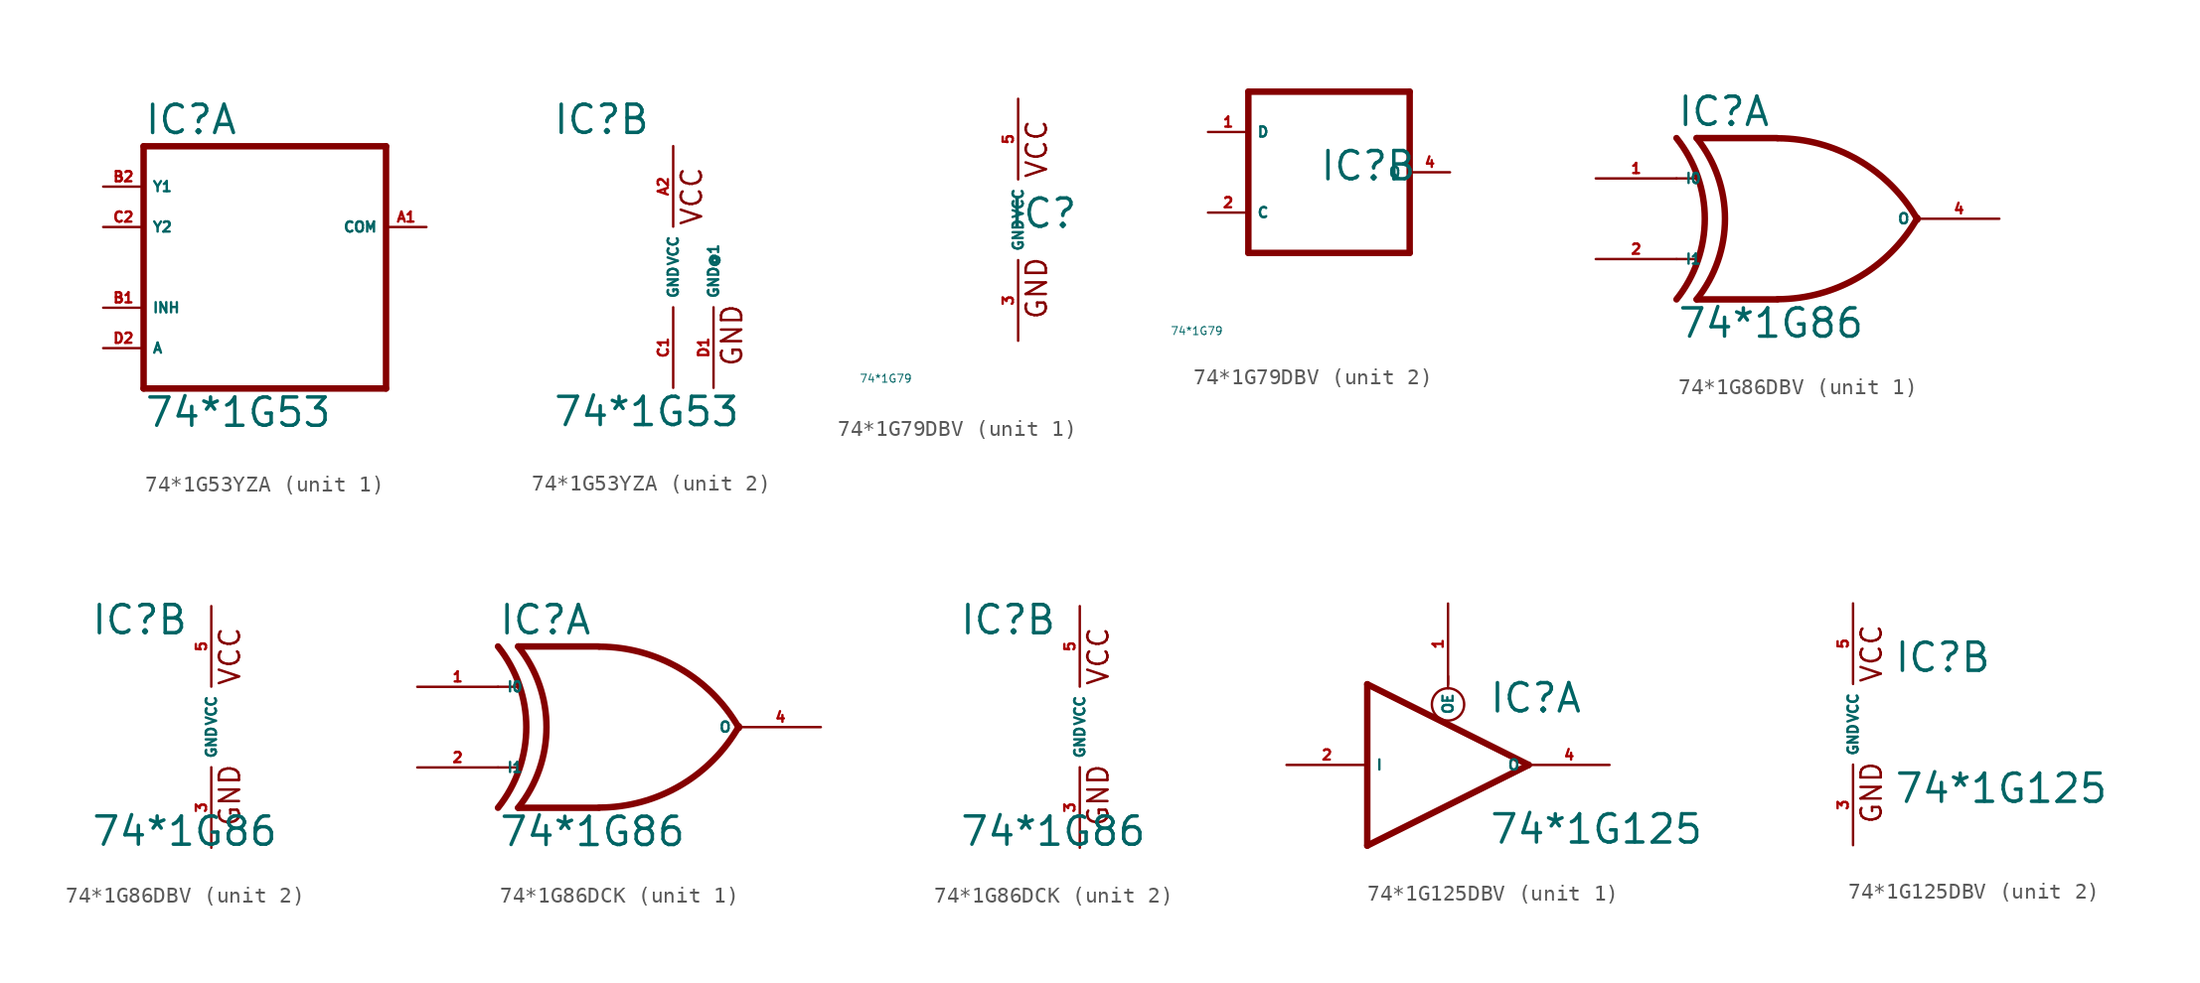
<source format=kicad_sym>
(kicad_symbol_lib
  (version 20220914)
  (generator Eagle2Kicad)
  (symbol "74*1G53YZA"
    (property "Reference" "IC"
      (at -7.62 8.255 0)
      (effects (font (size 1.778 1.778) (thickness 0.22)) (justify left bottom)))
    (property "Value" "74*1G53"
      (at -7.62 -10.16 0)
      (effects (font (size 1.778 1.778) (thickness 0.22)) (justify left bottom)))
    (symbol "74*1G53YZA_1_0"
      (polyline (pts (xy -7.62 -7.62) (xy 7.62 -7.62)) (stroke (width 0.406) (type default)) (fill (type none)))
      (polyline (pts (xy 7.62 -7.62) (xy 7.62 7.62)) (stroke (width 0.406) (type default)) (fill (type none)))
      (polyline (pts (xy 7.62 7.62) (xy -7.62 7.62)) (stroke (width 0.406) (type default)) (fill (type none)))
      (polyline (pts (xy -7.62 7.62) (xy -7.62 -7.62)) (stroke (width 0.406) (type default)) (fill (type none)))
      (pin input line (at -10.16 -5.08 0) (length 2.54) (name "A" (effects (font (size 0.635 0.635) (thickness 0.08)) (justify left bottom))) (number "D2" (effects (font (size 0.635 0.635) (thickness 0.08)) (justify left bottom))))
      (pin bidirectional line (at -10.16 5.08 0) (length 2.54) (name "Y1" (effects (font (size 0.635 0.635) (thickness 0.08)) (justify left bottom))) (number "B2" (effects (font (size 0.635 0.635) (thickness 0.08)) (justify left bottom))))
      (pin bidirectional line (at -10.16 2.54 0) (length 2.54) (name "Y2" (effects (font (size 0.635 0.635) (thickness 0.08)) (justify left bottom))) (number "C2" (effects (font (size 0.635 0.635) (thickness 0.08)) (justify left bottom))))
      (pin bidirectional line (at 10.16 2.54 180) (length 2.54) (name "COM" (effects (font (size 0.635 0.635) (thickness 0.08)) (justify left bottom))) (number "A1" (effects (font (size 0.635 0.635) (thickness 0.08)) (justify left bottom))))
      (pin input line (at -10.16 -2.54 0) (length 2.54) (name "INH" (effects (font (size 0.635 0.635) (thickness 0.08)) (justify left bottom))) (number "B1" (effects (font (size 0.635 0.635) (thickness 0.08)) (justify left bottom)))))
    (symbol "74*1G53YZA_2_0"
      (text "GND" (at 4.445 -6.35 900) (effects (font (size 1.27 1.27) (thickness 0.16)) (justify left bottom)))
      (text "VCC" (at 1.905 2.54 900) (effects (font (size 1.27 1.27) (thickness 0.16)) (justify left bottom)))
      (pin unspecified line (at 0 -7.62 90) (length 5.08) (name "GND" (effects (font (size 0.635 0.635) (thickness 0.08)) (justify left bottom))) (number "C1" (effects (font (size 0.635 0.635) (thickness 0.08)) (justify left bottom))))
      (pin unspecified line (at 0 7.62 270) (length 5.08) (name "VCC" (effects (font (size 0.635 0.635) (thickness 0.08)) (justify left bottom))) (number "A2" (effects (font (size 0.635 0.635) (thickness 0.08)) (justify left bottom))))
      (pin unspecified line (at 2.54 -7.62 90) (length 5.08) (name "GND@1" (effects (font (size 0.635 0.635) (thickness 0.08)) (justify left bottom))) (number "D1" (effects (font (size 0.635 0.635) (thickness 0.08)) (justify left bottom))))))
  (symbol "74*1G79DBV"
    (property "Reference" "IC"
      (at -0.635 -0.635 0)
      (effects (font (size 1.778 1.778) (thickness 0.22)) (justify left bottom)))
    (property "Value" "74*1G79"
      (at -10 -10 0)
      (effects (font (size 0.5 0.5) (thickness 0.06)) (justify left)))
    (symbol "74*1G79DBV_1_0"
      (text "GND" (at 1.905 -6.35 900) (effects (font (size 1.27 1.27) (thickness 0.16)) (justify left bottom)))
      (text "VCC" (at 1.905 2.54 900) (effects (font (size 1.27 1.27) (thickness 0.16)) (justify left bottom)))
      (pin unspecified line (at 0 -7.62 90) (length 5.08) (name "GND" (effects (font (size 0.635 0.635) (thickness 0.08)) (justify left bottom))) (number "3" (effects (font (size 0.635 0.635) (thickness 0.08)) (justify left bottom))))
      (pin unspecified line (at 0 7.62 270) (length 5.08) (name "VCC" (effects (font (size 0.635 0.635) (thickness 0.08)) (justify left bottom))) (number "5" (effects (font (size 0.635 0.635) (thickness 0.08)) (justify left bottom)))))
    (symbol "74*1G79DBV_2_0"
      (polyline (pts (xy -5.08 -5.08) (xy 5.08 -5.08)) (stroke (width 0.406) (type default)) (fill (type none)))
      (polyline (pts (xy 5.08 -5.08) (xy 5.08 5.08)) (stroke (width 0.406) (type default)) (fill (type none)))
      (polyline (pts (xy 5.08 5.08) (xy -5.08 5.08)) (stroke (width 0.406) (type default)) (fill (type none)))
      (polyline (pts (xy -5.08 5.08) (xy -5.08 -5.08)) (stroke (width 0.406) (type default)) (fill (type none)))
      (pin input line (at -7.62 2.54 0) (length 2.54) (name "D" (effects (font (size 0.635 0.635) (thickness 0.08)) (justify left bottom))) (number "1" (effects (font (size 0.635 0.635) (thickness 0.08)) (justify left bottom))))
      (pin input line (at -7.62 -2.54 0) (length 2.54) (name "C" (effects (font (size 0.635 0.635) (thickness 0.08)) (justify left bottom))) (number "2" (effects (font (size 0.635 0.635) (thickness 0.08)) (justify left bottom))))
      (pin output line (at 7.62 0 180) (length 2.54) (name "Q" (effects (font (size 0.635 0.635) (thickness 0.08)) (justify left bottom))) (number "4" (effects (font (size 0.635 0.635) (thickness 0.08)) (justify left bottom))))))
  (symbol "74*1G86DBV"
    (property "Reference" "IC"
      (at -7.62 5.715 0)
      (effects (font (size 1.778 1.778) (thickness 0.22)) (justify left bottom)))
    (property "Value" "74*1G86"
      (at -7.62 -7.62 0)
      (effects (font (size 1.778 1.778) (thickness 0.22)) (justify left bottom)))
    (symbol "74*1G86DBV_1_0"
      (polyline (pts (xy -1.27 5.08) (xy -6.35 5.08)) (stroke (width 0.406) (type default)) (fill (type none)))
      (polyline (pts (xy -1.27 -5.08) (xy -6.35 -5.08)) (stroke (width 0.406) (type default)) (fill (type none)))
      (polyline (pts (xy -7.62 2.54) (xy -6.35 2.54)) (stroke (width 0.152) (type default)) (fill (type none)))
      (polyline (pts (xy -7.62 -2.54) (xy -6.35 -2.54)) (stroke (width 0.152) (type default)) (fill (type none)))
      (arc (start -1.2446 -5.0678) (mid 3.837 -3.689) (end 7.5439 0.0507) (stroke (width 0.4064) (type default)) (fill (type none)))
      (arc (start 7.5442 -0.0505) (mid 3.837 3.689) (end -1.2446 5.0678) (stroke (width 0.4064) (type default)) (fill (type none)))
      (arc (start -6.35 -5.08) (mid -4.568 0.000) (end -6.35 5.08) (stroke (width 0.4064) (type default)) (fill (type none)))
      (arc (start -7.62 -5.08) (mid -5.838 0.000) (end -7.62 5.08) (stroke (width 0.4064) (type default)) (fill (type none)))
      (pin input line (at -12.7 2.54 0) (length 5.08) (name "I0" (effects (font (size 0.635 0.635) (thickness 0.08)) (justify left bottom))) (number "1" (effects (font (size 0.635 0.635) (thickness 0.08)) (justify left bottom))))
      (pin input line (at -12.7 -2.54 0) (length 5.08) (name "I1" (effects (font (size 0.635 0.635) (thickness 0.08)) (justify left bottom))) (number "2" (effects (font (size 0.635 0.635) (thickness 0.08)) (justify left bottom))))
      (pin output line (at 12.7 0 180) (length 5.08) (name "O" (effects (font (size 0.635 0.635) (thickness 0.08)) (justify left bottom))) (number "4" (effects (font (size 0.635 0.635) (thickness 0.08)) (justify left bottom)))))
    (symbol "74*1G86DBV_2_0"
      (text "GND" (at 1.905 -6.35 900) (effects (font (size 1.27 1.27) (thickness 0.16)) (justify left bottom)))
      (text "VCC" (at 1.905 2.54 900) (effects (font (size 1.27 1.27) (thickness 0.16)) (justify left bottom)))
      (pin unspecified line (at 0 -7.62 90) (length 5.08) (name "GND" (effects (font (size 0.635 0.635) (thickness 0.08)) (justify left bottom))) (number "3" (effects (font (size 0.635 0.635) (thickness 0.08)) (justify left bottom))))
      (pin unspecified line (at 0 7.62 270) (length 5.08) (name "VCC" (effects (font (size 0.635 0.635) (thickness 0.08)) (justify left bottom))) (number "5" (effects (font (size 0.635 0.635) (thickness 0.08)) (justify left bottom))))))
  (symbol "74*1G86DCK"
    (property "Reference" "IC"
      (at -7.62 5.715 0)
      (effects (font (size 1.778 1.778) (thickness 0.22)) (justify left bottom)))
    (property "Value" "74*1G86"
      (at -7.62 -7.62 0)
      (effects (font (size 1.778 1.778) (thickness 0.22)) (justify left bottom)))
    (symbol "74*1G86DCK_1_0"
      (polyline (pts (xy -1.27 5.08) (xy -6.35 5.08)) (stroke (width 0.406) (type default)) (fill (type none)))
      (polyline (pts (xy -1.27 -5.08) (xy -6.35 -5.08)) (stroke (width 0.406) (type default)) (fill (type none)))
      (polyline (pts (xy -7.62 2.54) (xy -6.35 2.54)) (stroke (width 0.152) (type default)) (fill (type none)))
      (polyline (pts (xy -7.62 -2.54) (xy -6.35 -2.54)) (stroke (width 0.152) (type default)) (fill (type none)))
      (arc (start -1.2446 -5.0678) (mid 3.837 -3.689) (end 7.5439 0.0507) (stroke (width 0.4064) (type default)) (fill (type none)))
      (arc (start 7.5442 -0.0505) (mid 3.837 3.689) (end -1.2446 5.0678) (stroke (width 0.4064) (type default)) (fill (type none)))
      (arc (start -6.35 -5.08) (mid -4.568 0.000) (end -6.35 5.08) (stroke (width 0.4064) (type default)) (fill (type none)))
      (arc (start -7.62 -5.08) (mid -5.838 0.000) (end -7.62 5.08) (stroke (width 0.4064) (type default)) (fill (type none)))
      (pin input line (at -12.7 2.54 0) (length 5.08) (name "I0" (effects (font (size 0.635 0.635) (thickness 0.08)) (justify left bottom))) (number "1" (effects (font (size 0.635 0.635) (thickness 0.08)) (justify left bottom))))
      (pin input line (at -12.7 -2.54 0) (length 5.08) (name "I1" (effects (font (size 0.635 0.635) (thickness 0.08)) (justify left bottom))) (number "2" (effects (font (size 0.635 0.635) (thickness 0.08)) (justify left bottom))))
      (pin output line (at 12.7 0 180) (length 5.08) (name "O" (effects (font (size 0.635 0.635) (thickness 0.08)) (justify left bottom))) (number "4" (effects (font (size 0.635 0.635) (thickness 0.08)) (justify left bottom)))))
    (symbol "74*1G86DCK_2_0"
      (text "GND" (at 1.905 -6.35 900) (effects (font (size 1.27 1.27) (thickness 0.16)) (justify left bottom)))
      (text "VCC" (at 1.905 2.54 900) (effects (font (size 1.27 1.27) (thickness 0.16)) (justify left bottom)))
      (pin unspecified line (at 0 -7.62 90) (length 5.08) (name "GND" (effects (font (size 0.635 0.635) (thickness 0.08)) (justify left bottom))) (number "3" (effects (font (size 0.635 0.635) (thickness 0.08)) (justify left bottom))))
      (pin unspecified line (at 0 7.62 270) (length 5.08) (name "VCC" (effects (font (size 0.635 0.635) (thickness 0.08)) (justify left bottom))) (number "5" (effects (font (size 0.635 0.635) (thickness 0.08)) (justify left bottom))))))
  (symbol "74*1G125DBV"
    (property "Reference" "IC"
      (at 2.54 3.175 0)
      (effects (font (size 1.778 1.778) (thickness 0.22)) (justify left bottom)))
    (property "Value" "74*1G125"
      (at 2.54 -5.08 0)
      (effects (font (size 1.778 1.778) (thickness 0.22)) (justify left bottom)))
    (symbol "74*1G125DBV_1_0"
      (polyline (pts (xy 5.08 0) (xy -5.08 5.08)) (stroke (width 0.406) (type default)) (fill (type none)))
      (polyline (pts (xy 5.08 0) (xy -5.08 -5.08)) (stroke (width 0.406) (type default)) (fill (type none)))
      (polyline (pts (xy -5.08 -5.08) (xy -5.08 5.08)) (stroke (width 0.406) (type default)) (fill (type none)))
      (polyline (pts (xy 0 4.826) (xy 0 5.588)) (stroke (width 0.152) (type default)) (fill (type none)))
      (circle (center 0 3.81) (radius 1.016) (stroke (width 0.152) (type default)) (fill (type none)))
      (pin input line (at 0 10.16 270) (length 5.08) (name "OE" (effects (font (size 0.635 0.635) (thickness 0.08)) (justify left bottom))) (number "1" (effects (font (size 0.635 0.635) (thickness 0.08)) (justify left bottom))))
      (pin input line (at -10.16 0 0) (length 5.08) (name "I" (effects (font (size 0.635 0.635) (thickness 0.08)) (justify left bottom))) (number "2" (effects (font (size 0.635 0.635) (thickness 0.08)) (justify left bottom))))
      (pin tri_state line (at 10.16 0 180) (length 5.08) (name "O" (effects (font (size 0.635 0.635) (thickness 0.08)) (justify left bottom))) (number "4" (effects (font (size 0.635 0.635) (thickness 0.08)) (justify left bottom)))))
    (symbol "74*1G125DBV_2_0"
      (text "GND" (at 1.905 -6.35 900) (effects (font (size 1.27 1.27) (thickness 0.16)) (justify left bottom)))
      (text "VCC" (at 1.905 2.54 900) (effects (font (size 1.27 1.27) (thickness 0.16)) (justify left bottom)))
      (pin unspecified line (at 0 -7.62 90) (length 5.08) (name "GND" (effects (font (size 0.635 0.635) (thickness 0.08)) (justify left bottom))) (number "3" (effects (font (size 0.635 0.635) (thickness 0.08)) (justify left bottom))))
      (pin unspecified line (at 0 7.62 270) (length 5.08) (name "VCC" (effects (font (size 0.635 0.635) (thickness 0.08)) (justify left bottom))) (number "5" (effects (font (size 0.635 0.635) (thickness 0.08)) (justify left bottom)))))))
</source>
